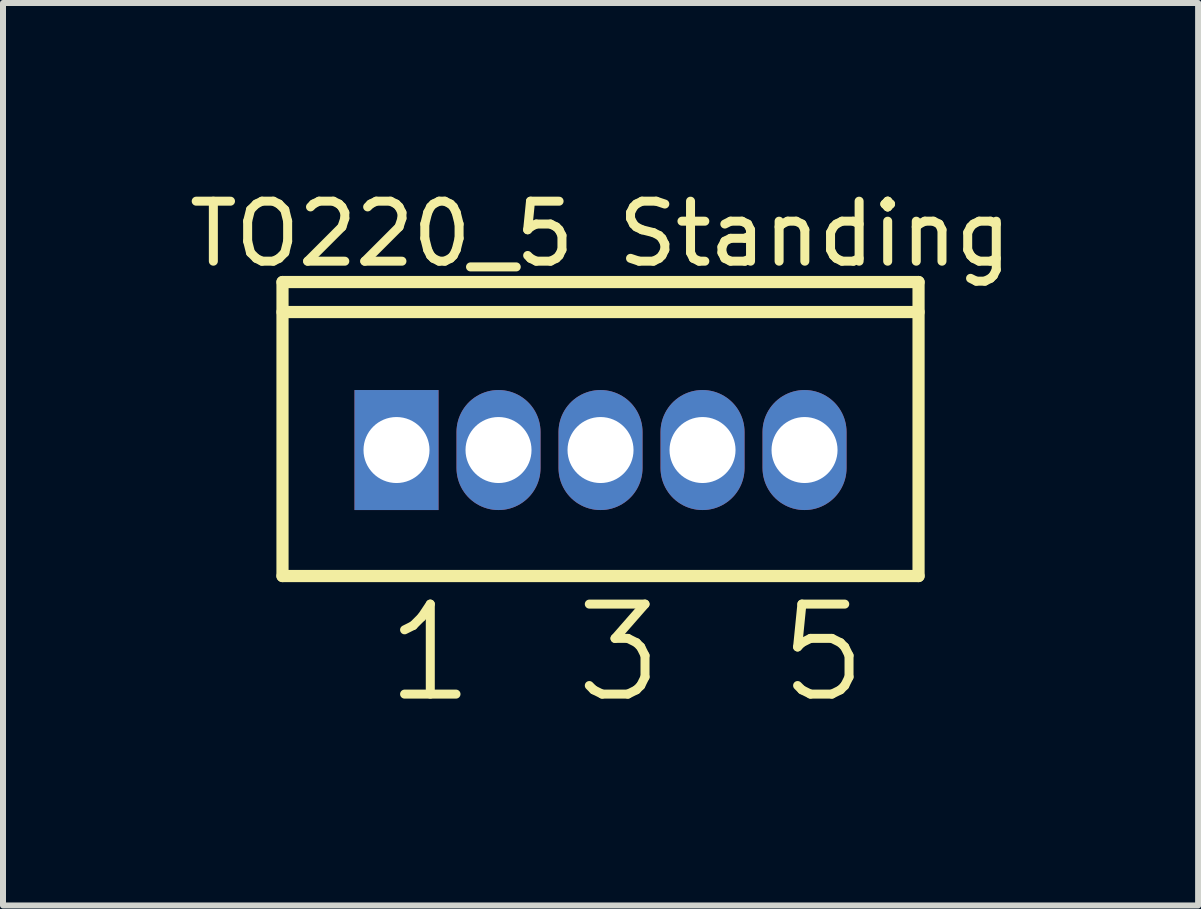
<source format=kicad_pcb>
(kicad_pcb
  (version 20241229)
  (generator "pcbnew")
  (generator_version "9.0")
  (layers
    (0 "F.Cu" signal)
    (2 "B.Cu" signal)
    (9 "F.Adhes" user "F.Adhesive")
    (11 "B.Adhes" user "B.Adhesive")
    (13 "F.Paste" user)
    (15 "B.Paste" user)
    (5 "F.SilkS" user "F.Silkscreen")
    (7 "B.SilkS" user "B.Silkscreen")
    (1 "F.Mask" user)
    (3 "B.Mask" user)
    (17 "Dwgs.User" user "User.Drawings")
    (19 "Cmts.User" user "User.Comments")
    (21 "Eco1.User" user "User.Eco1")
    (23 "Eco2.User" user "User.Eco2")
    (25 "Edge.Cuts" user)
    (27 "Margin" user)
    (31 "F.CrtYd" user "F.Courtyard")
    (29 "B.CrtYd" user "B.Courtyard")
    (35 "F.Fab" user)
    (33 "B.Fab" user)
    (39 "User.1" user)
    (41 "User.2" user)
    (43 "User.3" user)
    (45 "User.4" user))
  (footprint "TO220_5 Standing"
    (layer "F.Cu")
    (at 6.958 4.45)
    (property "Reference" "TO220_5 Standing" (at 0.000015 -3.602 0) (layer "F.SilkS") (effects (font (size 1 1) (thickness 0.15))))
    (fp_line (start -5.3 -2.8) (end 5.3 -2.8) (stroke (width 0.203) (type solid)) (layer "F.SilkS"))
    (fp_line (start -5.3 -2.3) (end 5.3 -2.3) (stroke (width 0.203) (type solid)) (layer "F.SilkS"))
    (fp_line (start -5.3 2.1) (end -5.3 -2.8) (stroke (width 0.203) (type solid)) (layer "F.SilkS"))
    (fp_line (start -5.3 2.1) (end 5.3 2.1) (stroke (width 0.203) (type solid)) (layer "F.SilkS"))
    (fp_line (start 5.3 2.1) (end 5.3 -2.8) (stroke (width 0.203) (type solid)) (layer "F.SilkS"))
    (fp_text user "1" (at -3.65 4.259 0) (unlocked yes) (layer "F.SilkS") (effects (font (size 1.5 1.5) (thickness 0.15)) (justify left bottom)))
    (fp_text user "5" (at 2.9 4.259 0) (unlocked yes) (layer "F.SilkS") (effects (font (size 1.5 1.5) (thickness 0.15)) (justify left bottom)))
    (fp_text user "3" (at -0.5 4.259 0) (unlocked yes) (layer "F.SilkS") (effects (font (size 1.5 1.5) (thickness 0.15)) (justify left bottom)))
    (pad "1" thru_hole rect (at -3.4 0) (size 1.4 2) (drill 1.1) (layers "*.Cu" "*.Mask"))
    (pad "2" thru_hole oval (at -1.7 0) (size 1.4 2) (drill 1.1) (layers "*.Cu" "*.Mask"))
    (pad "3" thru_hole oval (at 0 0) (size 1.4 2) (drill 1.1) (layers "*.Cu" "*.Mask"))
    (pad "4" thru_hole oval (at 1.7 0) (size 1.4 2) (drill 1.1) (layers "*.Cu" "*.Mask"))
    (pad "5" thru_hole oval (at 3.4 0) (size 1.4 2) (drill 1.1) (layers "*.Cu" "*.Mask")))
  (gr_rect
    (start -3 -3)
    (end 16.917 12.04)
    (stroke (width 0.1) (type default))
    (fill no)
    (layer "Edge.Cuts")))
</source>
